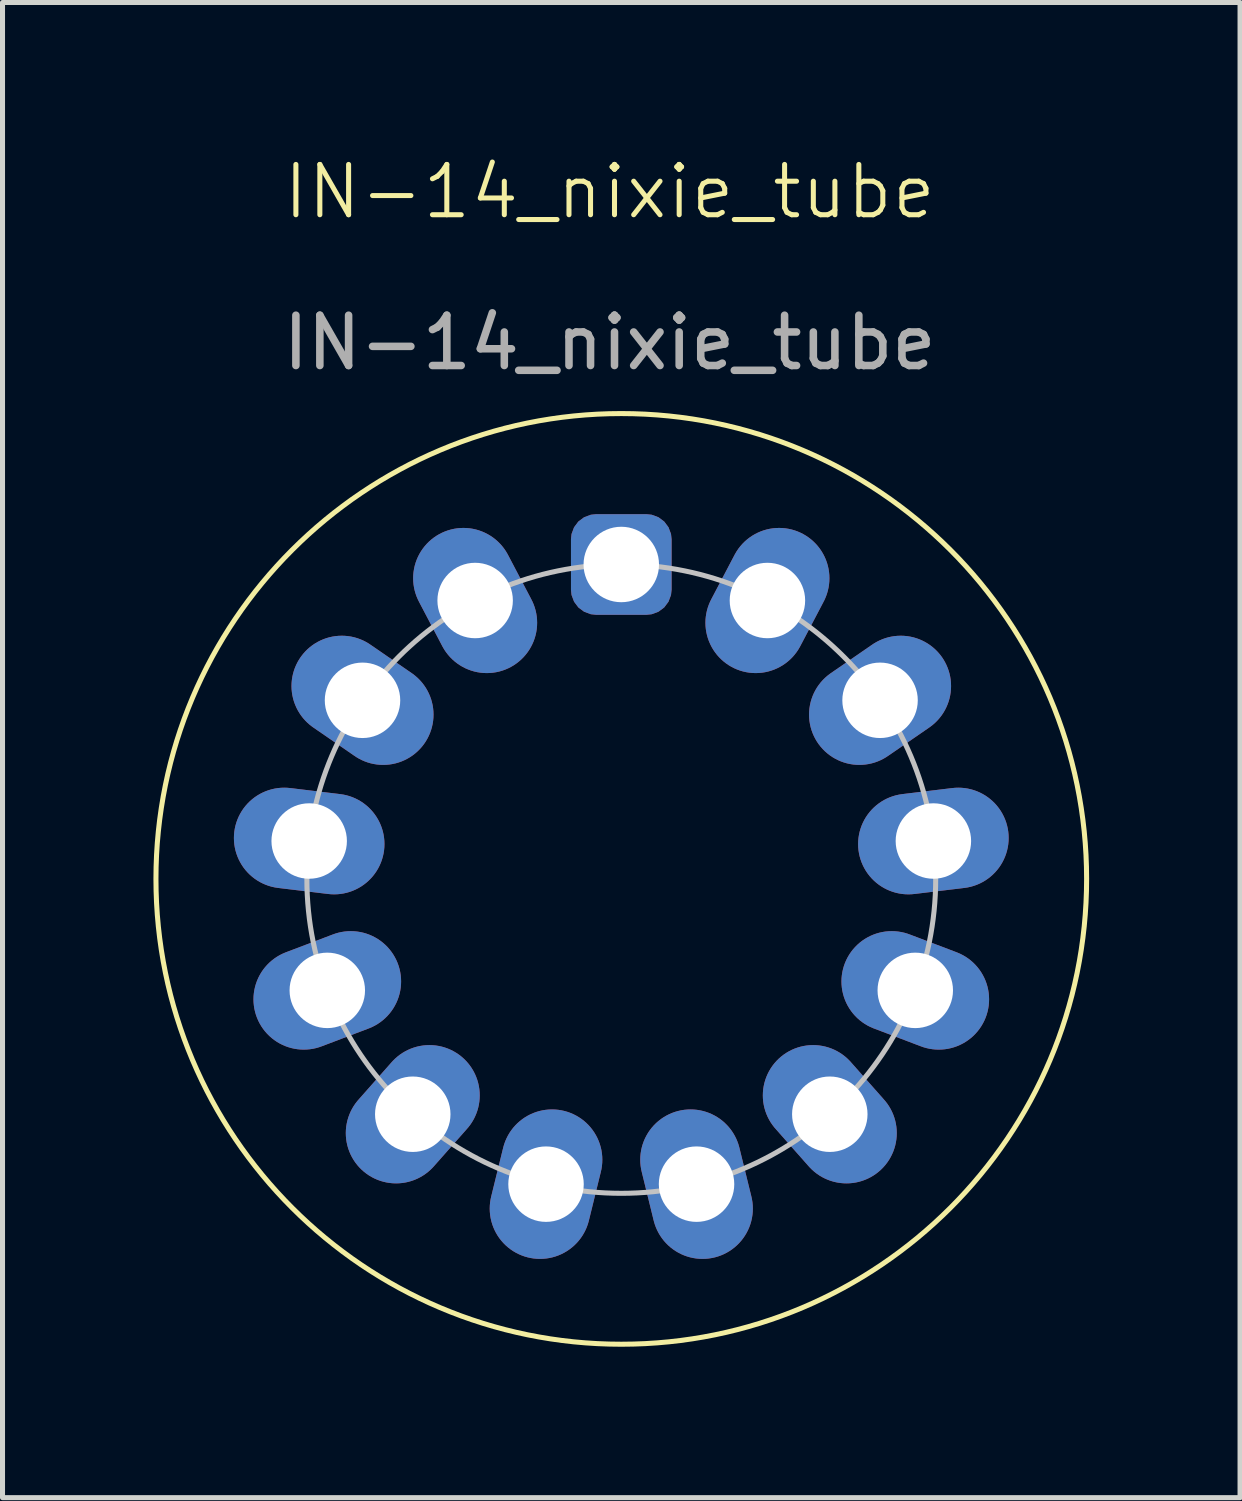
<source format=kicad_pcb>
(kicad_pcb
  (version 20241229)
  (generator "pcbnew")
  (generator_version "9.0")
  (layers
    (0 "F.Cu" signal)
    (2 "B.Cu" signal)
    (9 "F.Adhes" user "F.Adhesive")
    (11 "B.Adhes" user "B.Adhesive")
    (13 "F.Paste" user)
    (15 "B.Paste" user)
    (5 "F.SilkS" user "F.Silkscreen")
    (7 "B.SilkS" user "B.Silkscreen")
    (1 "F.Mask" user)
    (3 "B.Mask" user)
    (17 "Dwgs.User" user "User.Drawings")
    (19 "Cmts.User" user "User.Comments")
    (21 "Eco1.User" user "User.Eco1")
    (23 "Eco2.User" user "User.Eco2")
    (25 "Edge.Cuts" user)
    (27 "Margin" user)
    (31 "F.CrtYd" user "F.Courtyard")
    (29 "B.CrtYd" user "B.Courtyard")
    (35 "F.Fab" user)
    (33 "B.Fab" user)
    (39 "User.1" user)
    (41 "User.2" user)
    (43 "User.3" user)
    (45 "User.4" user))
  (footprint "IN-14_nixie_tube"
    (layer "F.Cu")
    (at 9.3 14.421)
    (property "Reference" "IN-14_nixie_tube" (at -0.23 -13.66 0) (unlocked yes) (layer "F.SilkS") (effects (font (size 1 1) (thickness 0.1))))
    (attr through_hole)
    (fp_circle (center 0 0) (end 9.25 0) (stroke (width 0.1) (type default)) (fill no) (layer "F.SilkS"))
    (fp_circle (center 0 0) (end 0 -6.25) (stroke (width 0.1) (type default)) (fill no) (layer "Dwgs.User"))
    (fp_text user "${REFERENCE}" (at -0.23 -10.66 0) (unlocked yes) (layer "F.Fab") (effects (font (size 1 1) (thickness 0.15))))
    (pad "1" thru_hole roundrect (at 0 -6.25) (size 2 2) (drill 1.5) (layers "*.Cu" "*.Mask") (roundrect_rratio 0.25))
    (pad "2" thru_hole oval (at -2.905 -5.534 117.7) (size 3 2) (drill oval 1.5) (layers "*.Cu" "*.Mask"))
    (pad "3" thru_hole oval (at -5.144 -3.55 145.4) (size 3 2) (drill 1.5) (layers "*.Cu" "*.Mask"))
    (pad "4" thru_hole oval (at -6.204 -0.753 173.1) (size 3 2) (drill 1.5) (layers "*.Cu" "*.Mask"))
    (pad "5" thru_hole oval (at -5.844 2.216 200.8) (size 3 2) (drill 1.5) (layers "*.Cu" "*.Mask"))
    (pad "6" thru_hole oval (at -4.145 4.678 228.5) (size 3 2) (drill 1.5) (layers "*.Cu" "*.Mask"))
    (pad "7" thru_hole oval (at -1.496 6.068 256.2) (size 3 2) (drill 1.5) (layers "*.Cu" "*.Mask"))
    (pad "8" thru_hole oval (at 1.496 6.068 283.8) (size 3 2) (drill 1.5) (layers "*.Cu" "*.Mask"))
    (pad "9" thru_hole oval (at 4.145 4.678 311.5) (size 3 2) (drill 1.5) (layers "*.Cu" "*.Mask"))
    (pad "10" thru_hole oval (at 5.844 2.216 159.2) (size 3 2) (drill 1.5) (layers "*.Cu" "*.Mask"))
    (pad "11" thru_hole oval (at 6.204 -0.753 6.9) (size 3 2) (drill 1.5) (layers "*.Cu" "*.Mask"))
    (pad "12" thru_hole oval (at 5.144 -3.55 34.6) (size 3 2) (drill 1.5) (layers "*.Cu" "*.Mask"))
    (pad "13" thru_hole oval (at 2.905 -5.534 62.3) (size 3 2) (drill 1.5) (layers "*.Cu" "*.Mask")))
  (gr_rect
    (start -3 -3)
    (end 21.6 26.721)
    (stroke (width 0.1) (type default))
    (fill no)
    (layer "Edge.Cuts")))
</source>
